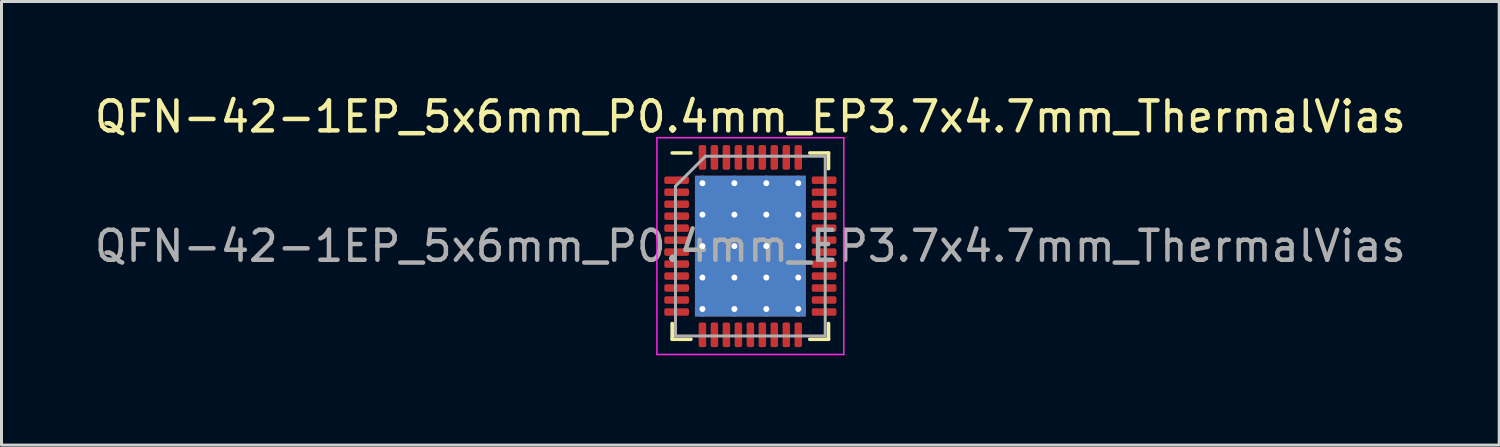
<source format=kicad_pcb>
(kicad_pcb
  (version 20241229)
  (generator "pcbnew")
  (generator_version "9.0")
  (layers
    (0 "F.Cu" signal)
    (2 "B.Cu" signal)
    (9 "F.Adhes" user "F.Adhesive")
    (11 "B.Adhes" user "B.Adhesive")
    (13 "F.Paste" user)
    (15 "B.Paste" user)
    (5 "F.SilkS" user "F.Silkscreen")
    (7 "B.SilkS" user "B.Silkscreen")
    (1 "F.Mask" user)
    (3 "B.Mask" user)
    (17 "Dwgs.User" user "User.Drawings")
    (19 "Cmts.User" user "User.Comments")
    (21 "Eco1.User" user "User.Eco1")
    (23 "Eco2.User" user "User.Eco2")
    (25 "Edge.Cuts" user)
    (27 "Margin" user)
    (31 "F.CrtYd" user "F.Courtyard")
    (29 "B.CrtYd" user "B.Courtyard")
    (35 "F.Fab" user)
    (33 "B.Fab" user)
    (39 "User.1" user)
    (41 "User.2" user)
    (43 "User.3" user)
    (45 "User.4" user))
  (footprint "QFN-42-1EP_5x6mm_P0.4mm_EP3.7x4.7mm_ThermalVias"
    (layer "F.Cu")
    (at 22.006 5.168)
    (property "Reference" "QFN-42-1EP_5x6mm_P0.4mm_EP3.7x4.7mm_ThermalVias" (at 0 -4.32 0) (layer "F.SilkS") (effects (font (size 1 1) (thickness 0.15))))
    (attr smd)
    (fp_line (start -2.61 3.11) (end -2.61 2.585) (stroke (width 0.12) (type solid)) (layer "F.SilkS"))
    (fp_line (start -1.985 -3.11) (end -2.61 -3.11) (stroke (width 0.12) (type solid)) (layer "F.SilkS"))
    (fp_line (start -1.985 3.11) (end -2.61 3.11) (stroke (width 0.12) (type solid)) (layer "F.SilkS"))
    (fp_line (start 1.985 -3.11) (end 2.61 -3.11) (stroke (width 0.12) (type solid)) (layer "F.SilkS"))
    (fp_line (start 1.985 3.11) (end 2.61 3.11) (stroke (width 0.12) (type solid)) (layer "F.SilkS"))
    (fp_line (start 2.61 -3.11) (end 2.61 -2.585) (stroke (width 0.12) (type solid)) (layer "F.SilkS"))
    (fp_line (start 2.61 3.11) (end 2.61 2.585) (stroke (width 0.12) (type solid)) (layer "F.SilkS"))
    (fp_line (start -3.12 -3.62) (end -3.12 3.62) (stroke (width 0.05) (type solid)) (layer "F.CrtYd"))
    (fp_line (start -3.12 3.62) (end 3.12 3.62) (stroke (width 0.05) (type solid)) (layer "F.CrtYd"))
    (fp_line (start 3.12 -3.62) (end -3.12 -3.62) (stroke (width 0.05) (type solid)) (layer "F.CrtYd"))
    (fp_line (start 3.12 3.62) (end 3.12 -3.62) (stroke (width 0.05) (type solid)) (layer "F.CrtYd"))
    (fp_line (start -2.5 -2) (end -1.5 -3) (stroke (width 0.1) (type solid)) (layer "F.Fab"))
    (fp_line (start -2.5 3) (end -2.5 -2) (stroke (width 0.1) (type solid)) (layer "F.Fab"))
    (fp_line (start -1.5 -3) (end 2.5 -3) (stroke (width 0.1) (type solid)) (layer "F.Fab"))
    (fp_line (start 2.5 -3) (end 2.5 3) (stroke (width 0.1) (type solid)) (layer "F.Fab"))
    (fp_line (start 2.5 3) (end -2.5 3) (stroke (width 0.1) (type solid)) (layer "F.Fab"))
    (fp_text user "${REFERENCE}" (at 0 0 0) (layer "F.Fab") (effects (font (size 1 1) (thickness 0.15))))
    (pad "" smd custom (at -1.067 -1.575) (size 0.799 0.799) (layers "F.Paste") (options (anchor circle)) (primitives (gr_poly (pts (xy -0.366 -0.252) (xy -0.274 -0.344) (xy 0.274 -0.344) (xy 0.366 -0.252) (xy 0.366 0.252) (xy 0.274 0.344) (xy -0.274 0.344) (xy -0.366 0.252)) (width 0.222) (fill yes))))
    (pad "" smd custom (at -1.067 -0.525) (size 0.799 0.799) (layers "F.Paste") (options (anchor circle)) (primitives (gr_poly (pts (xy -0.366 -0.252) (xy -0.274 -0.344) (xy 0.274 -0.344) (xy 0.366 -0.252) (xy 0.366 0.252) (xy 0.274 0.344) (xy -0.274 0.344) (xy -0.366 0.252)) (width 0.222) (fill yes))))
    (pad "" smd custom (at -1.067 0.525) (size 0.799 0.799) (layers "F.Paste") (options (anchor circle)) (primitives (gr_poly (pts (xy -0.366 -0.252) (xy -0.274 -0.344) (xy 0.274 -0.344) (xy 0.366 -0.252) (xy 0.366 0.252) (xy 0.274 0.344) (xy -0.274 0.344) (xy -0.366 0.252)) (width 0.222) (fill yes))))
    (pad "" smd custom (at -1.067 1.575) (size 0.799 0.799) (layers "F.Paste") (options (anchor circle)) (primitives (gr_poly (pts (xy -0.366 -0.252) (xy -0.274 -0.344) (xy 0.274 -0.344) (xy 0.366 -0.252) (xy 0.366 0.252) (xy 0.274 0.344) (xy -0.274 0.344) (xy -0.366 0.252)) (width 0.222) (fill yes))))
    (pad "" smd custom (at 0 -1.575) (size 0.799 0.799) (layers "F.Paste") (options (anchor circle)) (primitives (gr_poly (pts (xy -0.366 -0.252) (xy -0.274 -0.344) (xy 0.274 -0.344) (xy 0.366 -0.252) (xy 0.366 0.252) (xy 0.274 0.344) (xy -0.274 0.344) (xy -0.366 0.252)) (width 0.222) (fill yes))))
    (pad "" smd custom (at 0 -0.525) (size 0.799 0.799) (layers "F.Paste") (options (anchor circle)) (primitives (gr_poly (pts (xy -0.366 -0.252) (xy -0.274 -0.344) (xy 0.274 -0.344) (xy 0.366 -0.252) (xy 0.366 0.252) (xy 0.274 0.344) (xy -0.274 0.344) (xy -0.366 0.252)) (width 0.222) (fill yes))))
    (pad "" smd custom (at 0 0.525) (size 0.799 0.799) (layers "F.Paste") (options (anchor circle)) (primitives (gr_poly (pts (xy -0.366 -0.252) (xy -0.274 -0.344) (xy 0.274 -0.344) (xy 0.366 -0.252) (xy 0.366 0.252) (xy 0.274 0.344) (xy -0.274 0.344) (xy -0.366 0.252)) (width 0.222) (fill yes))))
    (pad "" smd custom (at 0 1.575) (size 0.799 0.799) (layers "F.Paste") (options (anchor circle)) (primitives (gr_poly (pts (xy -0.366 -0.252) (xy -0.274 -0.344) (xy 0.274 -0.344) (xy 0.366 -0.252) (xy 0.366 0.252) (xy 0.274 0.344) (xy -0.274 0.344) (xy -0.366 0.252)) (width 0.222) (fill yes))))
    (pad "" smd custom (at 1.067 -1.575) (size 0.799 0.799) (layers "F.Paste") (options (anchor circle)) (primitives (gr_poly (pts (xy -0.366 -0.252) (xy -0.274 -0.344) (xy 0.274 -0.344) (xy 0.366 -0.252) (xy 0.366 0.252) (xy 0.274 0.344) (xy -0.274 0.344) (xy -0.366 0.252)) (width 0.222) (fill yes))))
    (pad "" smd custom (at 1.067 -0.525) (size 0.799 0.799) (layers "F.Paste") (options (anchor circle)) (primitives (gr_poly (pts (xy -0.366 -0.252) (xy -0.274 -0.344) (xy 0.274 -0.344) (xy 0.366 -0.252) (xy 0.366 0.252) (xy 0.274 0.344) (xy -0.274 0.344) (xy -0.366 0.252)) (width 0.222) (fill yes))))
    (pad "" smd custom (at 1.067 0.525) (size 0.799 0.799) (layers "F.Paste") (options (anchor circle)) (primitives (gr_poly (pts (xy -0.366 -0.252) (xy -0.274 -0.344) (xy 0.274 -0.344) (xy 0.366 -0.252) (xy 0.366 0.252) (xy 0.274 0.344) (xy -0.274 0.344) (xy -0.366 0.252)) (width 0.222) (fill yes))))
    (pad "" smd custom (at 1.067 1.575) (size 0.799 0.799) (layers "F.Paste") (options (anchor circle)) (primitives (gr_poly (pts (xy -0.366 -0.252) (xy -0.274 -0.344) (xy 0.274 -0.344) (xy 0.366 -0.252) (xy 0.366 0.252) (xy 0.274 0.344) (xy -0.274 0.344) (xy -0.366 0.252)) (width 0.222) (fill yes))))
    (pad "1" smd roundrect (at -2.462 -2.2) (size 0.825 0.25) (layers "F.Cu" "F.Mask" "F.Paste") (roundrect_rratio 0.25))
    (pad "2" smd roundrect (at -2.462 -1.8) (size 0.825 0.25) (layers "F.Cu" "F.Mask" "F.Paste") (roundrect_rratio 0.25))
    (pad "3" smd roundrect (at -2.462 -1.4) (size 0.825 0.25) (layers "F.Cu" "F.Mask" "F.Paste") (roundrect_rratio 0.25))
    (pad "4" smd roundrect (at -2.462 -1) (size 0.825 0.25) (layers "F.Cu" "F.Mask" "F.Paste") (roundrect_rratio 0.25))
    (pad "5" smd roundrect (at -2.462 -0.6) (size 0.825 0.25) (layers "F.Cu" "F.Mask" "F.Paste") (roundrect_rratio 0.25))
    (pad "6" smd roundrect (at -2.462 -0.2) (size 0.825 0.25) (layers "F.Cu" "F.Mask" "F.Paste") (roundrect_rratio 0.25))
    (pad "7" smd roundrect (at -2.462 0.2) (size 0.825 0.25) (layers "F.Cu" "F.Mask" "F.Paste") (roundrect_rratio 0.25))
    (pad "8" smd roundrect (at -2.462 0.6) (size 0.825 0.25) (layers "F.Cu" "F.Mask" "F.Paste") (roundrect_rratio 0.25))
    (pad "9" smd roundrect (at -2.462 1) (size 0.825 0.25) (layers "F.Cu" "F.Mask" "F.Paste") (roundrect_rratio 0.25))
    (pad "10" smd roundrect (at -2.462 1.4) (size 0.825 0.25) (layers "F.Cu" "F.Mask" "F.Paste") (roundrect_rratio 0.25))
    (pad "11" smd roundrect (at -2.462 1.8) (size 0.825 0.25) (layers "F.Cu" "F.Mask" "F.Paste") (roundrect_rratio 0.25))
    (pad "12" smd roundrect (at -2.462 2.2) (size 0.825 0.25) (layers "F.Cu" "F.Mask" "F.Paste") (roundrect_rratio 0.25))
    (pad "13" smd roundrect (at -1.6 2.962) (size 0.25 0.825) (layers "F.Cu" "F.Mask" "F.Paste") (roundrect_rratio 0.25))
    (pad "14" smd roundrect (at -1.2 2.962) (size 0.25 0.825) (layers "F.Cu" "F.Mask" "F.Paste") (roundrect_rratio 0.25))
    (pad "15" smd roundrect (at -0.8 2.962) (size 0.25 0.825) (layers "F.Cu" "F.Mask" "F.Paste") (roundrect_rratio 0.25))
    (pad "16" smd roundrect (at -0.4 2.962) (size 0.25 0.825) (layers "F.Cu" "F.Mask" "F.Paste") (roundrect_rratio 0.25))
    (pad "17" smd roundrect (at 0 2.962) (size 0.25 0.825) (layers "F.Cu" "F.Mask" "F.Paste") (roundrect_rratio 0.25))
    (pad "18" smd roundrect (at 0.4 2.962) (size 0.25 0.825) (layers "F.Cu" "F.Mask" "F.Paste") (roundrect_rratio 0.25))
    (pad "19" smd roundrect (at 0.8 2.962) (size 0.25 0.825) (layers "F.Cu" "F.Mask" "F.Paste") (roundrect_rratio 0.25))
    (pad "20" smd roundrect (at 1.2 2.962) (size 0.25 0.825) (layers "F.Cu" "F.Mask" "F.Paste") (roundrect_rratio 0.25))
    (pad "21" smd roundrect (at 1.6 2.962) (size 0.25 0.825) (layers "F.Cu" "F.Mask" "F.Paste") (roundrect_rratio 0.25))
    (pad "22" smd roundrect (at 2.462 2.2) (size 0.825 0.25) (layers "F.Cu" "F.Mask" "F.Paste") (roundrect_rratio 0.25))
    (pad "23" smd roundrect (at 2.462 1.8) (size 0.825 0.25) (layers "F.Cu" "F.Mask" "F.Paste") (roundrect_rratio 0.25))
    (pad "24" smd roundrect (at 2.462 1.4) (size 0.825 0.25) (layers "F.Cu" "F.Mask" "F.Paste") (roundrect_rratio 0.25))
    (pad "25" smd roundrect (at 2.462 1) (size 0.825 0.25) (layers "F.Cu" "F.Mask" "F.Paste") (roundrect_rratio 0.25))
    (pad "26" smd roundrect (at 2.462 0.6) (size 0.825 0.25) (layers "F.Cu" "F.Mask" "F.Paste") (roundrect_rratio 0.25))
    (pad "27" smd roundrect (at 2.462 0.2) (size 0.825 0.25) (layers "F.Cu" "F.Mask" "F.Paste") (roundrect_rratio 0.25))
    (pad "28" smd roundrect (at 2.462 -0.2) (size 0.825 0.25) (layers "F.Cu" "F.Mask" "F.Paste") (roundrect_rratio 0.25))
    (pad "29" smd roundrect (at 2.462 -0.6) (size 0.825 0.25) (layers "F.Cu" "F.Mask" "F.Paste") (roundrect_rratio 0.25))
    (pad "30" smd roundrect (at 2.462 -1) (size 0.825 0.25) (layers "F.Cu" "F.Mask" "F.Paste") (roundrect_rratio 0.25))
    (pad "31" smd roundrect (at 2.462 -1.4) (size 0.825 0.25) (layers "F.Cu" "F.Mask" "F.Paste") (roundrect_rratio 0.25))
    (pad "32" smd roundrect (at 2.462 -1.8) (size 0.825 0.25) (layers "F.Cu" "F.Mask" "F.Paste") (roundrect_rratio 0.25))
    (pad "33" smd roundrect (at 2.462 -2.2) (size 0.825 0.25) (layers "F.Cu" "F.Mask" "F.Paste") (roundrect_rratio 0.25))
    (pad "34" smd roundrect (at 1.6 -2.962) (size 0.25 0.825) (layers "F.Cu" "F.Mask" "F.Paste") (roundrect_rratio 0.25))
    (pad "35" smd roundrect (at 1.2 -2.962) (size 0.25 0.825) (layers "F.Cu" "F.Mask" "F.Paste") (roundrect_rratio 0.25))
    (pad "36" smd roundrect (at 0.8 -2.962) (size 0.25 0.825) (layers "F.Cu" "F.Mask" "F.Paste") (roundrect_rratio 0.25))
    (pad "37" smd roundrect (at 0.4 -2.962) (size 0.25 0.825) (layers "F.Cu" "F.Mask" "F.Paste") (roundrect_rratio 0.25))
    (pad "38" smd roundrect (at 0 -2.962) (size 0.25 0.825) (layers "F.Cu" "F.Mask" "F.Paste") (roundrect_rratio 0.25))
    (pad "39" smd roundrect (at -0.4 -2.962) (size 0.25 0.825) (layers "F.Cu" "F.Mask" "F.Paste") (roundrect_rratio 0.25))
    (pad "40" smd roundrect (at -0.8 -2.962) (size 0.25 0.825) (layers "F.Cu" "F.Mask" "F.Paste") (roundrect_rratio 0.25))
    (pad "41" smd roundrect (at -1.2 -2.962) (size 0.25 0.825) (layers "F.Cu" "F.Mask" "F.Paste") (roundrect_rratio 0.25))
    (pad "42" smd roundrect (at -1.6 -2.962) (size 0.25 0.825) (layers "F.Cu" "F.Mask" "F.Paste") (roundrect_rratio 0.25))
    (pad "43" thru_hole circle (at -1.6 -2.1) (size 0.5 0.5) (drill 0.2) (layers "*.Cu"))
    (pad "43" thru_hole circle (at -1.6 -1.05) (size 0.5 0.5) (drill 0.2) (layers "*.Cu"))
    (pad "43" thru_hole circle (at -1.6 0) (size 0.5 0.5) (drill 0.2) (layers "*.Cu"))
    (pad "43" thru_hole circle (at -1.6 1.05) (size 0.5 0.5) (drill 0.2) (layers "*.Cu"))
    (pad "43" thru_hole circle (at -1.6 2.1) (size 0.5 0.5) (drill 0.2) (layers "*.Cu"))
    (pad "43" thru_hole circle (at -0.533 -2.1) (size 0.5 0.5) (drill 0.2) (layers "*.Cu"))
    (pad "43" thru_hole circle (at -0.533 -1.05) (size 0.5 0.5) (drill 0.2) (layers "*.Cu"))
    (pad "43" thru_hole circle (at -0.533 0) (size 0.5 0.5) (drill 0.2) (layers "*.Cu"))
    (pad "43" thru_hole circle (at -0.533 1.05) (size 0.5 0.5) (drill 0.2) (layers "*.Cu"))
    (pad "43" thru_hole circle (at -0.533 2.1) (size 0.5 0.5) (drill 0.2) (layers "*.Cu"))
    (pad "43" smd rect (at 0 0) (size 3.7 4.7) (layers "F.Cu" "F.Mask"))
    (pad "43" smd rect (at 0 0) (size 3.7 4.7) (layers "B.Cu"))
    (pad "43" thru_hole circle (at 0.533 -2.1) (size 0.5 0.5) (drill 0.2) (layers "*.Cu"))
    (pad "43" thru_hole circle (at 0.533 -1.05) (size 0.5 0.5) (drill 0.2) (layers "*.Cu"))
    (pad "43" thru_hole circle (at 0.533 0) (size 0.5 0.5) (drill 0.2) (layers "*.Cu"))
    (pad "43" thru_hole circle (at 0.533 1.05) (size 0.5 0.5) (drill 0.2) (layers "*.Cu"))
    (pad "43" thru_hole circle (at 0.533 2.1) (size 0.5 0.5) (drill 0.2) (layers "*.Cu"))
    (pad "43" thru_hole circle (at 1.6 -2.1) (size 0.5 0.5) (drill 0.2) (layers "*.Cu"))
    (pad "43" thru_hole circle (at 1.6 -1.05) (size 0.5 0.5) (drill 0.2) (layers "*.Cu"))
    (pad "43" thru_hole circle (at 1.6 0) (size 0.5 0.5) (drill 0.2) (layers "*.Cu"))
    (pad "43" thru_hole circle (at 1.6 1.05) (size 0.5 0.5) (drill 0.2) (layers "*.Cu"))
    (pad "43" thru_hole circle (at 1.6 2.1) (size 0.5 0.5) (drill 0.2) (layers "*.Cu")))
  (gr_rect
    (start -3 -3)
    (end 47.012 11.813)
    (stroke (width 0.1) (type default))
    (fill no)
    (layer "Edge.Cuts")))
</source>
